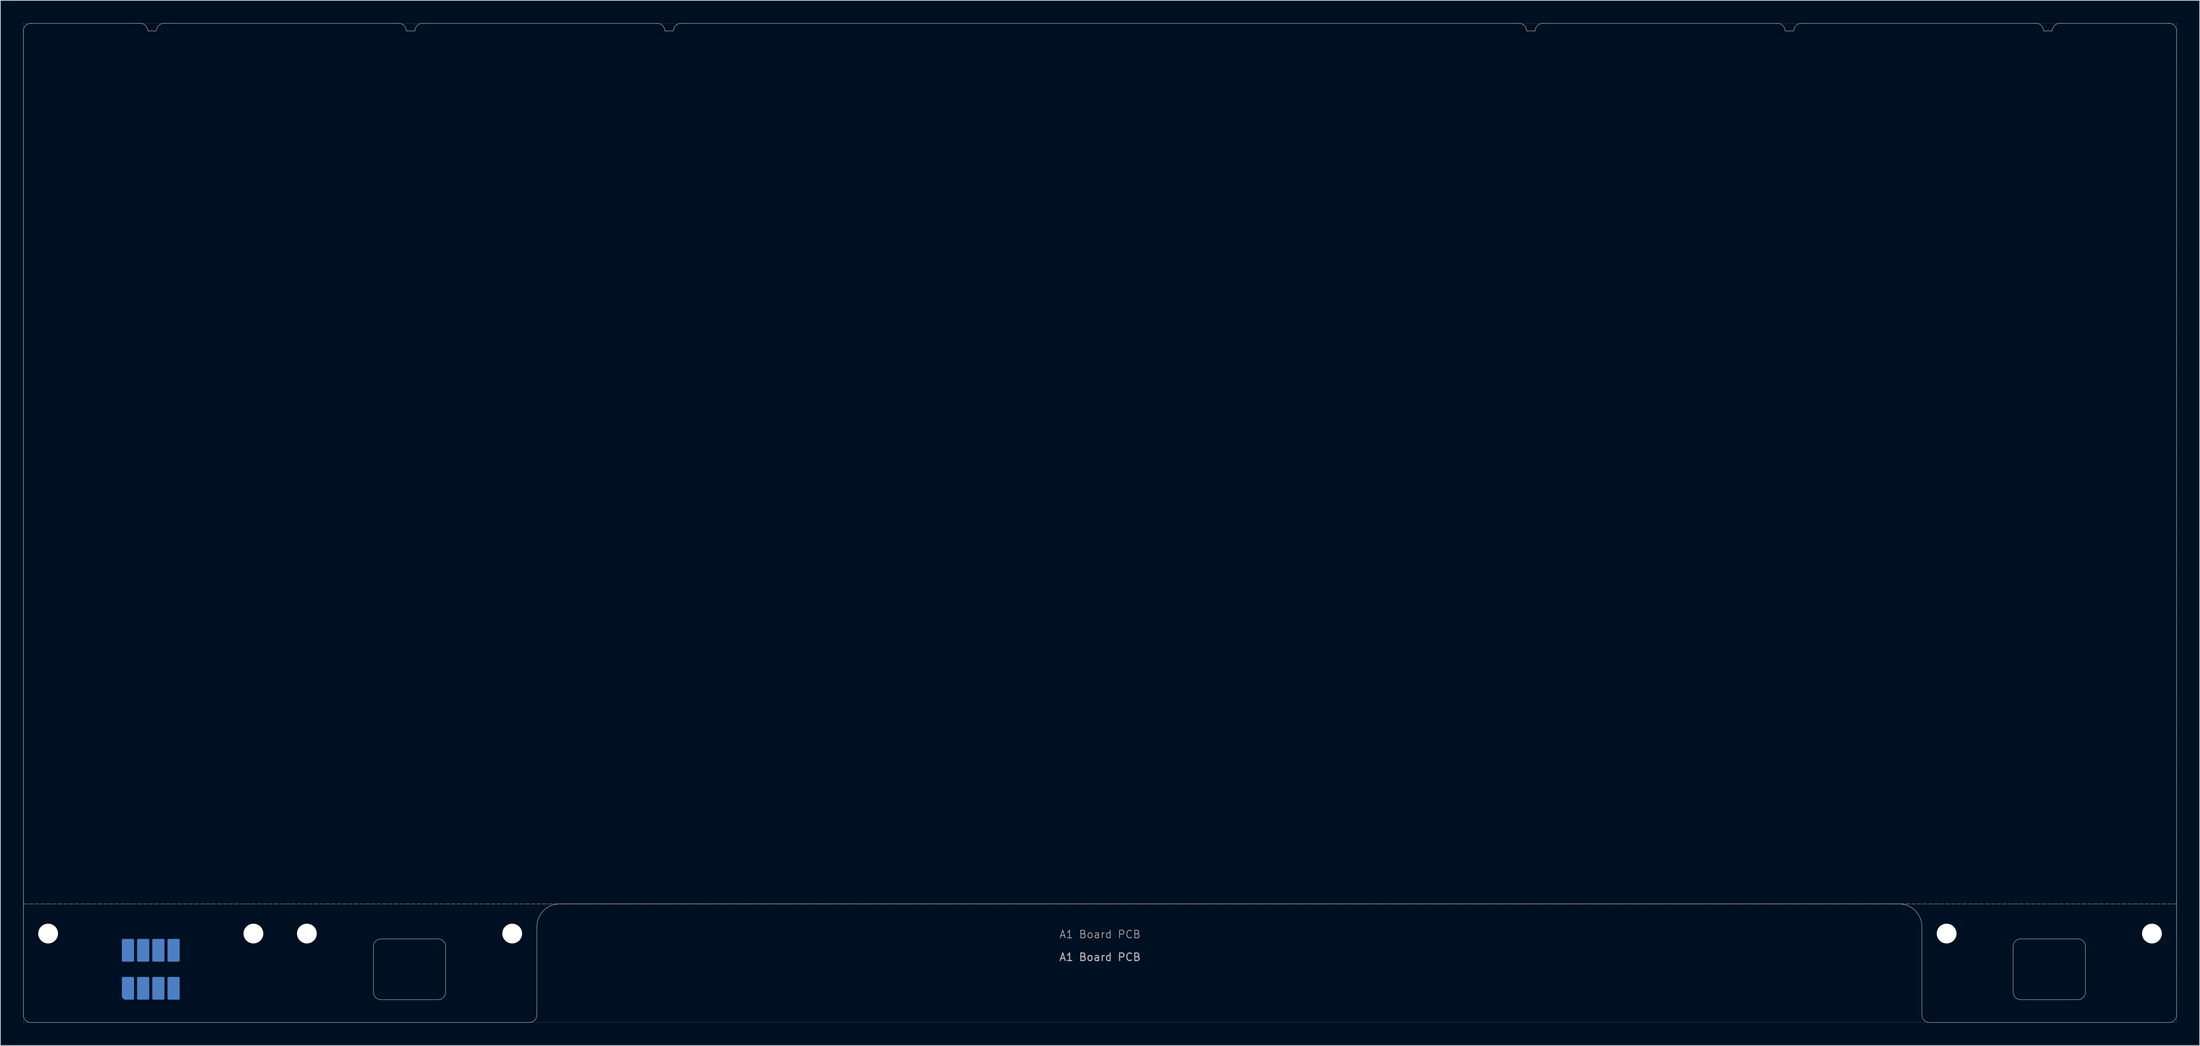
<source format=kicad_pcb>
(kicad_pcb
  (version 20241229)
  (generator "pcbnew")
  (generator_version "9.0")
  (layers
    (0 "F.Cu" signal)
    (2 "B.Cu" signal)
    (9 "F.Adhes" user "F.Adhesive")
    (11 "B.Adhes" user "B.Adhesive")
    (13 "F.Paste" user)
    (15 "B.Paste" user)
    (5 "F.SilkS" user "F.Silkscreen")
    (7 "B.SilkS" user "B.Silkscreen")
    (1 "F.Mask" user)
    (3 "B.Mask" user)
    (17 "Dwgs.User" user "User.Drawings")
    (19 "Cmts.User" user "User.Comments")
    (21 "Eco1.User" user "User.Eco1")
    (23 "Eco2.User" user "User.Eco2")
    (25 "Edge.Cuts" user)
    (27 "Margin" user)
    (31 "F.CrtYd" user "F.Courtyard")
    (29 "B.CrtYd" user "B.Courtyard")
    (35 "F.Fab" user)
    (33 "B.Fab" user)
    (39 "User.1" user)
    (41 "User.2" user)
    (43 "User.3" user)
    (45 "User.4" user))
  (footprint "A1 Board PCB"
    (layer "F.Cu")
    (at 141.605 56.925)
    (property "Reference" "A1 Board PCB" (at 0 63 0) (unlocked yes) (layer "F.Fab") (effects (font (size 1 1) (thickness 0.1))))
    (attr smd allow_missing_courtyard)
    (fp_line (start -141.58 59) (end 141.58 59) (stroke (width 0.05) (type dash)) (layer "Dwgs.User"))
    (fp_rect (start -141.58 -56.9) (end 141.58 74.6) (stroke (width 0.05) (type dot)) (fill no) (layer "Dwgs.User"))
    (fp_line (start -141.58 -55.9) (end -141.58 73.6) (stroke (width 0.05) (type solid)) (layer "Edge.Cuts"))
    (fp_line (start -140.58 -56.9) (end -126.22 -56.9) (stroke (width 0.05) (type solid)) (layer "Edge.Cuts"))
    (fp_line (start -140.58 74.6) (end -75.05 74.6) (stroke (width 0.05) (type solid)) (layer "Edge.Cuts"))
    (fp_line (start -125.22 -55.9) (end -124.085 -55.9) (stroke (width 0.05) (type solid)) (layer "Edge.Cuts"))
    (fp_line (start -123.085 -56.9) (end -92.225 -56.9) (stroke (width 0.05) (type solid)) (layer "Edge.Cuts"))
    (fp_line (start -95.55 70.6) (end -95.55 64.6) (stroke (width 0.05) (type solid)) (layer "Edge.Cuts"))
    (fp_line (start -94.55 63.6) (end -87.05 63.6) (stroke (width 0.05) (type solid)) (layer "Edge.Cuts"))
    (fp_line (start -91.225 -55.9) (end -90.09 -55.9) (stroke (width 0.05) (type solid)) (layer "Edge.Cuts"))
    (fp_line (start -89.09 -56.9) (end -58.23 -56.9) (stroke (width 0.05) (type solid)) (layer "Edge.Cuts"))
    (fp_line (start -87.05 71.6) (end -94.55 71.6) (stroke (width 0.05) (type solid)) (layer "Edge.Cuts"))
    (fp_line (start -86.05 64.6) (end -86.05 70.6) (stroke (width 0.05) (type solid)) (layer "Edge.Cuts"))
    (fp_line (start -74.05 73.6) (end -74.05 62) (stroke (width 0.05) (type solid)) (layer "Edge.Cuts"))
    (fp_line (start -71.05 59) (end 105.08 59) (stroke (width 0.05) (type solid)) (layer "Edge.Cuts"))
    (fp_line (start -57.23 -55.9) (end -56.095 -55.9) (stroke (width 0.05) (type solid)) (layer "Edge.Cuts"))
    (fp_line (start -55.095 -56.9) (end 55.095 -56.9) (stroke (width 0.05) (type solid)) (layer "Edge.Cuts"))
    (fp_line (start 56.095 -55.9) (end 57.23 -55.9) (stroke (width 0.05) (type solid)) (layer "Edge.Cuts"))
    (fp_line (start 58.23 -56.9) (end 89.09 -56.9) (stroke (width 0.05) (type solid)) (layer "Edge.Cuts"))
    (fp_line (start 90.09 -55.9) (end 91.225 -55.9) (stroke (width 0.05) (type solid)) (layer "Edge.Cuts"))
    (fp_line (start 92.225 -56.9) (end 123.085 -56.9) (stroke (width 0.05) (type solid)) (layer "Edge.Cuts"))
    (fp_line (start 108.08 62) (end 108.08 73.6) (stroke (width 0.05) (type solid)) (layer "Edge.Cuts"))
    (fp_line (start 109.08 74.6) (end 140.58 74.6) (stroke (width 0.05) (type solid)) (layer "Edge.Cuts"))
    (fp_line (start 120.08 70.6) (end 120.08 64.6) (stroke (width 0.05) (type solid)) (layer "Edge.Cuts"))
    (fp_line (start 121.08 63.6) (end 128.58 63.6) (stroke (width 0.05) (type solid)) (layer "Edge.Cuts"))
    (fp_line (start 124.085 -55.9) (end 125.22 -55.9) (stroke (width 0.05) (type solid)) (layer "Edge.Cuts"))
    (fp_line (start 126.22 -56.9) (end 140.58 -56.9) (stroke (width 0.05) (type solid)) (layer "Edge.Cuts"))
    (fp_line (start 128.58 71.6) (end 121.08 71.6) (stroke (width 0.05) (type solid)) (layer "Edge.Cuts"))
    (fp_line (start 129.58 64.6) (end 129.58 70.6) (stroke (width 0.05) (type solid)) (layer "Edge.Cuts"))
    (fp_line (start 141.58 73.6) (end 141.58 -55.9) (stroke (width 0.05) (type solid)) (layer "Edge.Cuts"))
    (fp_arc (start -141.58 -55.9) (mid -141.287106 -56.607107) (end -140.579998 -56.9) (stroke (width 0.05) (type solid)) (layer "Edge.Cuts"))
    (fp_arc (start -140.58 74.6) (mid -141.287107 74.307107) (end -141.58 73.6) (stroke (width 0.05) (type solid)) (layer "Edge.Cuts"))
    (fp_arc (start -126.22 -56.9) (mid -125.512893 -56.607106) (end -125.22 -55.899998) (stroke (width 0.05) (type solid)) (layer "Edge.Cuts"))
    (fp_arc (start -124.085 -55.9) (mid -123.792107 -56.607107) (end -123.085 -56.9) (stroke (width 0.05) (type solid)) (layer "Edge.Cuts"))
    (fp_arc (start -95.55 64.6) (mid -95.257107 63.892893) (end -94.55 63.6) (stroke (width 0.05) (type default)) (layer "Edge.Cuts"))
    (fp_arc (start -94.55 71.6) (mid -95.257107 71.307107) (end -95.55 70.6) (stroke (width 0.05) (type default)) (layer "Edge.Cuts"))
    (fp_arc (start -92.225 -56.9) (mid -91.517893 -56.607107) (end -91.225 -55.9) (stroke (width 0.05) (type solid)) (layer "Edge.Cuts"))
    (fp_arc (start -90.09 -55.9) (mid -89.797107 -56.607107) (end -89.09 -56.9) (stroke (width 0.05) (type solid)) (layer "Edge.Cuts"))
    (fp_arc (start -87.05 63.6) (mid -86.342893 63.892893) (end -86.05 64.6) (stroke (width 0.05) (type default)) (layer "Edge.Cuts"))
    (fp_arc (start -86.05 70.6) (mid -86.342893 71.307107) (end -87.05 71.6) (stroke (width 0.05) (type default)) (layer "Edge.Cuts"))
    (fp_arc (start -74.05 62) (mid -73.17132 59.878679) (end -71.049999 58.999999) (stroke (width 0.05) (type solid)) (layer "Edge.Cuts"))
    (fp_arc (start -74.05 73.6) (mid -74.342893 74.307107) (end -75.05 74.6) (stroke (width 0.05) (type solid)) (layer "Edge.Cuts"))
    (fp_arc (start -58.230001 -56.9) (mid -57.522894 -56.607107) (end -57.230001 -55.9) (stroke (width 0.05) (type solid)) (layer "Edge.Cuts"))
    (fp_arc (start -56.095 -55.9) (mid -55.802107 -56.607107) (end -55.095 -56.9) (stroke (width 0.05) (type solid)) (layer "Edge.Cuts"))
    (fp_arc (start 55.095 -56.9) (mid 55.802107 -56.607107) (end 56.095 -55.9) (stroke (width 0.05) (type solid)) (layer "Edge.Cuts"))
    (fp_arc (start 57.23 -55.9) (mid 57.522893 -56.607107) (end 58.23 -56.9) (stroke (width 0.05) (type solid)) (layer "Edge.Cuts"))
    (fp_arc (start 89.09 -56.9) (mid 89.797107 -56.607107) (end 90.09 -55.9) (stroke (width 0.05) (type solid)) (layer "Edge.Cuts"))
    (fp_arc (start 91.225 -55.9) (mid 91.517893 -56.607107) (end 92.225 -56.9) (stroke (width 0.05) (type solid)) (layer "Edge.Cuts"))
    (fp_arc (start 105.08 59) (mid 107.20132 59.87868) (end 108.08 62) (stroke (width 0.05) (type solid)) (layer "Edge.Cuts"))
    (fp_arc (start 109.08 74.6) (mid 108.372893 74.307107) (end 108.08 73.6) (stroke (width 0.05) (type solid)) (layer "Edge.Cuts"))
    (fp_arc (start 120.08 64.6) (mid 120.372893 63.892893) (end 121.08 63.6) (stroke (width 0.05) (type default)) (layer "Edge.Cuts"))
    (fp_arc (start 121.08 71.6) (mid 120.372893 71.307107) (end 120.08 70.6) (stroke (width 0.05) (type default)) (layer "Edge.Cuts"))
    (fp_arc (start 123.085 -56.9) (mid 123.792107 -56.607107) (end 124.085 -55.9) (stroke (width 0.05) (type solid)) (layer "Edge.Cuts"))
    (fp_arc (start 125.22 -55.9) (mid 125.512893 -56.607107) (end 126.22 -56.9) (stroke (width 0.05) (type solid)) (layer "Edge.Cuts"))
    (fp_arc (start 128.58 63.6) (mid 129.287107 63.892893) (end 129.58 64.6) (stroke (width 0.05) (type default)) (layer "Edge.Cuts"))
    (fp_arc (start 129.58 70.6) (mid 129.287107 71.307107) (end 128.58 71.6) (stroke (width 0.05) (type default)) (layer "Edge.Cuts"))
    (fp_arc (start 140.580001 -56.9) (mid 141.287108 -56.607107) (end 141.580001 -55.9) (stroke (width 0.05) (type solid)) (layer "Edge.Cuts"))
    (fp_arc (start 141.58 73.6) (mid 141.287107 74.307107) (end 140.58 74.6) (stroke (width 0.05) (type solid)) (layer "Edge.Cuts"))
    (fp_line (start 141.58 -55.9) (end -141.58 -55.9) (stroke (width 0.05) (type dash)) (layer "Margin"))
    (fp_rect (start -138.38 -52.5) (end 138.38 52.5) (stroke (width 0.1) (type dash)) (fill no) (layer "User.1"))
    (fp_line (start -141.58 -56.9) (end -141.58 31.05) (stroke (width 0.05) (type dash)) (layer "User.2"))
    (fp_line (start -141.58 31.05) (end -79.98 31.05) (stroke (width 0.05) (type dash)) (layer "User.2"))
    (fp_line (start -141.58 51.6) (end -79.98 51.6) (stroke (width 0.05) (type dash)) (layer "User.2"))
    (fp_line (start -141.58 74.6) (end -141.58 51.6) (stroke (width 0.05) (type dash)) (layer "User.2"))
    (fp_line (start -79.98 31.05) (end -79.98 51.6) (stroke (width 0.05) (type dash)) (layer "User.2"))
    (fp_line (start 74.98 31.05) (end 74.98 51.6) (stroke (width 0.05) (type dash)) (layer "User.2"))
    (fp_line (start 74.98 31.05) (end 141.58 31.05) (stroke (width 0.05) (type dash)) (layer "User.2"))
    (fp_line (start 74.98 51.6) (end 141.58 51.6) (stroke (width 0.05) (type dash)) (layer "User.2"))
    (fp_line (start 141.58 -56.9) (end -141.58 -56.9) (stroke (width 0.05) (type dash)) (layer "User.2"))
    (fp_line (start 141.58 31.05) (end 141.58 -56.9) (stroke (width 0.05) (type default)) (layer "User.2"))
    (fp_line (start 141.58 51.6) (end 141.58 74.6) (stroke (width 0.05) (type dash)) (layer "User.2"))
    (fp_line (start 141.58 74.6) (end -141.58 74.6) (stroke (width 0.05) (type dash)) (layer "User.2"))
    (fp_rect (start -136.5 -52.5) (end -115.5 -31.5) (stroke (width 0.1) (type default)) (fill no) (layer "User.4"))
    (fp_rect (start -136.5 -31.5) (end -115.5 -10.5) (stroke (width 0.1) (type default)) (fill no) (layer "User.4"))
    (fp_rect (start -136.5 -10.5) (end -115.5 10.5) (stroke (width 0.1) (type default)) (fill no) (layer "User.4"))
    (fp_rect (start -136.5 10.5) (end -115.5 31.5) (stroke (width 0.1) (type default)) (fill no) (layer "User.4"))
    (fp_rect (start -136.5 31.5) (end -115.5 52.5) (stroke (width 0.1) (type default)) (fill no) (layer "User.4"))
    (fp_rect (start -115.5 -52.5) (end -94.5 -31.5) (stroke (width 0.1) (type default)) (fill no) (layer "User.4"))
    (fp_rect (start -115.5 -31.5) (end -94.5 -10.5) (stroke (width 0.1) (type default)) (fill no) (layer "User.4"))
    (fp_rect (start -115.5 -10.5) (end -94.5 10.5) (stroke (width 0.1) (type default)) (fill no) (layer "User.4"))
    (fp_rect (start -115.5 10.5) (end -94.5 31.5) (stroke (width 0.1) (type default)) (fill no) (layer "User.4"))
    (fp_rect (start -115.5 31.5) (end -94.5 52.5) (stroke (width 0.1) (type default)) (fill no) (layer "User.4"))
    (fp_rect (start -94.5 -52.5) (end -73.5 -31.5) (stroke (width 0.1) (type default)) (fill no) (layer "User.4"))
    (fp_rect (start -94.5 -31.5) (end -73.5 -10.5) (stroke (width 0.1) (type default)) (fill no) (layer "User.4"))
    (fp_rect (start -94.5 -10.5) (end -73.5 10.5) (stroke (width 0.1) (type default)) (fill no) (layer "User.4"))
    (fp_rect (start -94.5 10.5) (end -73.5 31.5) (stroke (width 0.1) (type default)) (fill no) (layer "User.4"))
    (fp_rect (start -94.5 31.5) (end -73.5 52.5) (stroke (width 0.1) (type default)) (fill no) (layer "User.4"))
    (fp_rect (start -73.5 -52.5) (end -52.5 -31.5) (stroke (width 0.1) (type default)) (fill no) (layer "User.4"))
    (fp_rect (start -73.5 -31.5) (end -52.5 -10.5) (stroke (width 0.1) (type default)) (fill no) (layer "User.4"))
    (fp_rect (start -73.5 -10.5) (end -52.5 10.5) (stroke (width 0.1) (type default)) (fill no) (layer "User.4"))
    (fp_rect (start -73.5 10.5) (end -52.5 31.5) (stroke (width 0.1) (type default)) (fill no) (layer "User.4"))
    (fp_rect (start -73.5 31.5) (end -52.5 52.5) (stroke (width 0.1) (type default)) (fill no) (layer "User.4"))
    (fp_rect (start -52.5 -52.5) (end -31.5 -31.5) (stroke (width 0.1) (type default)) (fill no) (layer "User.4"))
    (fp_rect (start -52.5 -31.5) (end -31.5 -10.5) (stroke (width 0.1) (type default)) (fill no) (layer "User.4"))
    (fp_rect (start -52.5 -10.5) (end -31.5 10.5) (stroke (width 0.1) (type default)) (fill no) (layer "User.4"))
    (fp_rect (start -52.5 10.5) (end -31.5 31.5) (stroke (width 0.1) (type default)) (fill no) (layer "User.4"))
    (fp_rect (start -52.5 31.5) (end -31.5 52.5) (stroke (width 0.1) (type default)) (fill no) (layer "User.4"))
    (fp_rect (start -31.5 -52.5) (end -10.5 -31.5) (stroke (width 0.1) (type default)) (fill no) (layer "User.4"))
    (fp_rect (start -31.5 -31.5) (end -10.5 -10.5) (stroke (width 0.1) (type default)) (fill no) (layer "User.4"))
    (fp_rect (start -31.5 -10.5) (end -10.5 10.5) (stroke (width 0.1) (type default)) (fill no) (layer "User.4"))
    (fp_rect (start -31.5 10.5) (end -10.5 31.5) (stroke (width 0.1) (type default)) (fill no) (layer "User.4"))
    (fp_rect (start -31.5 31.5) (end -10.5 52.5) (stroke (width 0.1) (type default)) (fill no) (layer "User.4"))
    (fp_rect (start -10.5 -52.5) (end 10.5 -31.5) (stroke (width 0.1) (type default)) (fill no) (layer "User.4"))
    (fp_rect (start -10.5 -31.5) (end 10.5 -10.5) (stroke (width 0.1) (type default)) (fill no) (layer "User.4"))
    (fp_rect (start -10.5 -10.5) (end 10.5 10.5) (stroke (width 0.1) (type default)) (fill no) (layer "User.4"))
    (fp_rect (start -10.5 10.5) (end 10.5 31.5) (stroke (width 0.1) (type default)) (fill no) (layer "User.4"))
    (fp_rect (start -10.5 31.5) (end 10.5 52.5) (stroke (width 0.1) (type default)) (fill no) (layer "User.4"))
    (fp_rect (start 10.5 -52.5) (end 31.5 -31.5) (stroke (width 0.1) (type default)) (fill no) (layer "User.4"))
    (fp_rect (start 10.5 -31.5) (end 31.5 -10.5) (stroke (width 0.1) (type default)) (fill no) (layer "User.4"))
    (fp_rect (start 10.5 -10.5) (end 31.5 10.5) (stroke (width 0.1) (type default)) (fill no) (layer "User.4"))
    (fp_rect (start 10.5 10.5) (end 31.5 31.5) (stroke (width 0.1) (type default)) (fill no) (layer "User.4"))
    (fp_rect (start 10.5 31.5) (end 31.5 52.5) (stroke (width 0.1) (type default)) (fill no) (layer "User.4"))
    (fp_rect (start 31.5 -52.5) (end 52.5 -31.5) (stroke (width 0.1) (type default)) (fill no) (layer "User.4"))
    (fp_rect (start 31.5 -31.5) (end 52.5 -10.5) (stroke (width 0.1) (type default)) (fill no) (layer "User.4"))
    (fp_rect (start 31.5 -10.5) (end 52.5 10.5) (stroke (width 0.1) (type default)) (fill no) (layer "User.4"))
    (fp_rect (start 31.5 10.5) (end 52.5 31.5) (stroke (width 0.1) (type default)) (fill no) (layer "User.4"))
    (fp_rect (start 31.5 31.5) (end 52.5 52.5) (stroke (width 0.1) (type default)) (fill no) (layer "User.4"))
    (fp_rect (start 52.5 -52.5) (end 73.5 -31.5) (stroke (width 0.1) (type default)) (fill no) (layer "User.4"))
    (fp_rect (start 52.5 -31.5) (end 73.5 -10.5) (stroke (width 0.1) (type default)) (fill no) (layer "User.4"))
    (fp_rect (start 52.5 -10.5) (end 73.5 10.5) (stroke (width 0.1) (type default)) (fill no) (layer "User.4"))
    (fp_rect (start 52.5 10.5) (end 73.5 31.5) (stroke (width 0.1) (type default)) (fill no) (layer "User.4"))
    (fp_rect (start 52.5 31.5) (end 73.5 52.5) (stroke (width 0.1) (type default)) (fill no) (layer "User.4"))
    (fp_rect (start 73.5 -52.5) (end 94.5 -31.5) (stroke (width 0.1) (type default)) (fill no) (layer "User.4"))
    (fp_rect (start 73.5 -31.5) (end 94.5 -10.5) (stroke (width 0.1) (type default)) (fill no) (layer "User.4"))
    (fp_rect (start 73.5 -10.5) (end 94.5 10.5) (stroke (width 0.1) (type default)) (fill no) (layer "User.4"))
    (fp_rect (start 73.5 10.5) (end 94.5 31.5) (stroke (width 0.1) (type default)) (fill no) (layer "User.4"))
    (fp_rect (start 73.5 31.5) (end 94.5 52.5) (stroke (width 0.1) (type default)) (fill no) (layer "User.4"))
    (fp_rect (start 94.5 -52.5) (end 115.5 -31.5) (stroke (width 0.1) (type default)) (fill no) (layer "User.4"))
    (fp_rect (start 94.5 -31.5) (end 115.5 -10.5) (stroke (width 0.1) (type default)) (fill no) (layer "User.4"))
    (fp_rect (start 94.5 -10.5) (end 115.5 10.5) (stroke (width 0.1) (type default)) (fill no) (layer "User.4"))
    (fp_rect (start 94.5 10.5) (end 115.5 31.5) (stroke (width 0.1) (type default)) (fill no) (layer "User.4"))
    (fp_rect (start 94.5 31.5) (end 115.5 52.5) (stroke (width 0.1) (type default)) (fill no) (layer "User.4"))
    (fp_rect (start 115.5 -52.5) (end 136.5 -31.5) (stroke (width 0.1) (type default)) (fill no) (layer "User.4"))
    (fp_rect (start 115.5 -31.5) (end 136.5 -10.5) (stroke (width 0.1) (type default)) (fill no) (layer "User.4"))
    (fp_rect (start 115.5 -10.5) (end 136.5 10.5) (stroke (width 0.1) (type default)) (fill no) (layer "User.4"))
    (fp_rect (start 115.5 10.5) (end 136.5 31.5) (stroke (width 0.1) (type default)) (fill no) (layer "User.4"))
    (fp_rect (start 115.5 31.5) (end 136.5 52.5) (stroke (width 0.1) (type default)) (fill no) (layer "User.4"))
    (fp_text user "${REFERENCE}" (at 0 66 0) (unlocked yes) (layer "F.Fab") (effects (font (size 1 1) (thickness 0.15))))
    (fp_text user "ROW5" (at 136.5 42 0) (unlocked yes) (layer "User.4") (effects (font (size 1 1) (thickness 0.15)) (justify right)))
    (fp_text user "COL1" (at -126 31.5 0) (unlocked yes) (layer "User.4") (effects (font (size 1 1) (thickness 0.15)) (justify bottom)))
    (fp_text user "COL13" (at 126 52.5 0) (unlocked yes) (layer "User.4") (effects (font (size 1 1) (thickness 0.15)) (justify bottom)))
    (fp_text user "ROW4" (at -136.5 21 0) (unlocked yes) (layer "User.4") (effects (font (size 1 1) (thickness 0.15)) (justify left)))
    (fp_text user "ROW4" (at 136.5 21 0) (unlocked yes) (layer "User.4") (effects (font (size 1 1) (thickness 0.15)) (justify right)))
    (fp_text user "ROW3" (at -136.5 0 0) (unlocked yes) (layer "User.4") (effects (font (size 1 1) (thickness 0.15)) (justify left)))
    (fp_text user "COL7" (at 0 52.5 0) (unlocked yes) (layer "User.4") (effects (font (size 1 1) (thickness 0.1)) (justify bottom)))
    (fp_text user "COL2" (at -105 31.5 0) (unlocked yes) (layer "User.4") (effects (font (size 1 1) (thickness 0.15)) (justify bottom)))
    (fp_text user "COL9" (at 42 52.5 0) (unlocked yes) (layer "User.4") (effects (font (size 1 1) (thickness 0.15)) (justify bottom)))
    (fp_text user "ROW1" (at -136.5 -42 0) (unlocked yes) (layer "User.4") (effects (font (size 1 1) (thickness 0.15)) (justify left)))
    (fp_text user "COL4" (at -63 52.5 0) (unlocked yes) (layer "User.4") (effects (font (size 1 1) (thickness 0.15)) (justify bottom)))
    (fp_text user "ROW2" (at 136.5 -21 0) (unlocked yes) (layer "User.4") (effects (font (size 1 1) (thickness 0.15)) (justify right)))
    (fp_text user "ROW2" (at -136.5 -21 0) (unlocked yes) (layer "User.4") (effects (font (size 1 1) (thickness 0.15)) (justify left)))
    (fp_text user "COL5" (at -42 52.5 0) (unlocked yes) (layer "User.4") (effects (font (size 1 1) (thickness 0.15)) (justify bottom)))
    (fp_text user "COL6" (at -21 52.5 0) (unlocked yes) (layer "User.4") (effects (font (size 1 1) (thickness 0.15)) (justify bottom)))
    (fp_text user "COL8" (at 21 52.5 0) (unlocked yes) (layer "User.4") (effects (font (size 1 1) (thickness 0.15)) (justify bottom)))
    (fp_text user "ROW3" (at 136.5 0 0) (unlocked yes) (layer "User.4") (effects (font (size 1 1) (thickness 0.15)) (justify right)))
    (fp_text user "COL10" (at 63 52.5 0) (unlocked yes) (layer "User.4") (effects (font (size 1 1) (thickness 0.15)) (justify bottom)))
    (fp_text user "COL3" (at -84 52.5 0) (unlocked yes) (layer "User.4") (effects (font (size 1 1) (thickness 0.15)) (justify bottom)))
    (fp_text user "COL12" (at 105 52.5 0) (unlocked yes) (layer "User.4") (effects (font (size 1 1) (thickness 0.15)) (justify bottom)))
    (fp_text user "ROW5" (at -94.5 42 0) (unlocked yes) (layer "User.4") (effects (font (size 1 1) (thickness 0.15)) (justify left)))
    (fp_text user "ROW1" (at 136.5 -42 0) (unlocked yes) (layer "User.4") (effects (font (size 1 1) (thickness 0.15)) (justify right)))
    (fp_text user "COL11" (at 84 52.5 0) (unlocked yes) (layer "User.4") (effects (font (size 1 1) (thickness 0.15)) (justify bottom)))
    (pad "" np_thru_hole circle (at -138.33 62.9) (size 2.6 2.6) (drill 2.6) (layers "*.Cu" "*.Mask"))
    (pad "" np_thru_hole circle (at -111.33 62.9) (size 2.6 2.6) (drill 2.6) (layers "*.Cu" "*.Mask"))
    (pad "" np_thru_hole circle (at -104.3 62.9) (size 2.6 2.6) (drill 2.6) (layers "*.Cu" "*.Mask"))
    (pad "" np_thru_hole circle (at -77.3 62.9) (size 2.6 2.6) (drill 2.6) (layers "*.Cu" "*.Mask"))
    (pad "" np_thru_hole circle (at 111.33 62.9) (size 2.6 2.6) (drill 2.6) (layers "*.Cu" "*.Mask"))
    (pad "" np_thru_hole circle (at 138.33 62.9) (size 2.6 2.6) (drill 2.6) (layers "*.Cu" "*.Mask"))
    (pad "1" smd roundrect (at -127.83 70.1) (size 1.6 3) (layers "B.Cu" "B.Mask" "B.Paste") (roundrect_rratio 0.1) (chamfer_ratio 0.2) (chamfer bottom_left))
    (pad "2" smd roundrect (at -127.83 65.1) (size 1.6 3) (layers "B.Cu" "B.Mask" "B.Paste") (roundrect_rratio 0.1))
    (pad "3" smd roundrect (at -125.83 70.1) (size 1.6 3) (layers "B.Cu" "B.Mask" "B.Paste") (roundrect_rratio 0.1))
    (pad "4" smd roundrect (at -125.83 65.1) (size 1.6 3) (layers "B.Cu" "B.Mask" "B.Paste") (roundrect_rratio 0.1))
    (pad "5" smd roundrect (at -123.83 70.1) (size 1.6 3) (layers "B.Cu" "B.Mask" "B.Paste") (roundrect_rratio 0.1))
    (pad "6" smd roundrect (at -123.83 65.1) (size 1.6 3) (layers "B.Cu" "B.Mask" "B.Paste") (roundrect_rratio 0.1))
    (pad "7" smd roundrect (at -121.83 70.1) (size 1.6 3) (layers "B.Cu" "B.Mask" "B.Paste") (roundrect_rratio 0.1))
    (pad "8" smd roundrect (at -121.83 65.1) (size 1.6 3) (layers "B.Cu" "B.Mask" "B.Paste") (roundrect_rratio 0.1)))
  (gr_rect
    (start -3 -3)
    (end 286.21 134.55)
    (stroke (width 0.1) (type default))
    (fill no)
    (layer "Edge.Cuts")))
</source>
